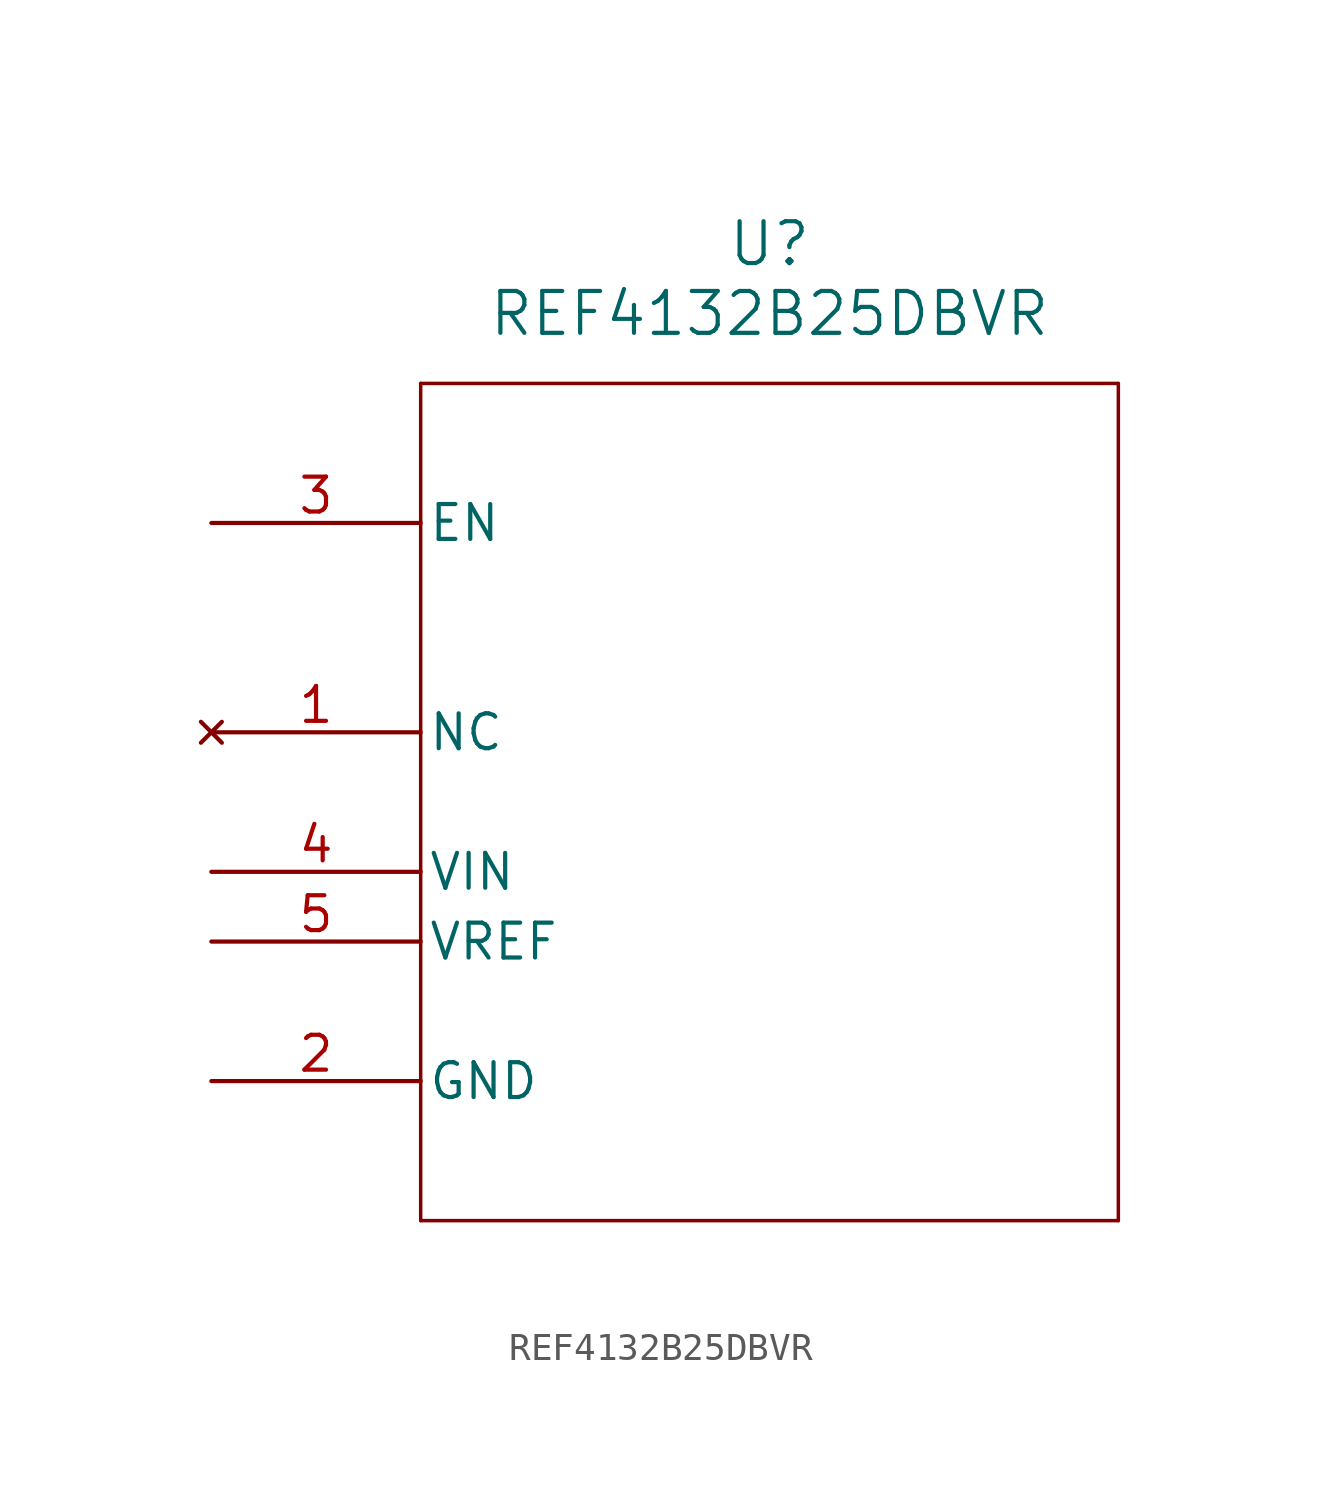
<source format=kicad_sym>
(kicad_symbol_lib
  (version 20211014)
  (generator kicad_symbol_editor)
  (symbol "REF4132B25DBVR"
    (pin_names
      (offset 0.254))
    (property "Reference" "U"
      (at 20.32 10.16 0)
      (effects (font (size 1.524 1.524))))
    (property "Value" "REF4132B25DBVR"
      (at 20.32 7.62 0)
      (effects (font (size 1.524 1.524))))
    (symbol "REF4132B25DBVR_0_1"
      (polyline (pts (xy 7.62 5.08) (xy 7.62 -25.4)) (stroke (width 0.127) (type default) (color 0 0 0 0)) (fill (type none)))
      (polyline (pts (xy 7.62 -25.4) (xy 33.02 -25.4)) (stroke (width 0.127) (type default) (color 0 0 0 0)) (fill (type none)))
      (polyline (pts (xy 33.02 -25.4) (xy 33.02 5.08)) (stroke (width 0.127) (type default) (color 0 0 0 0)) (fill (type none)))
      (polyline (pts (xy 33.02 5.08) (xy 7.62 5.08)) (stroke (width 0.127) (type default) (color 0 0 0 0)) (fill (type none)))
      (pin no_connect line (at 0 -7.62 0) (length 7.62) (name "NC" (effects (font (size 1.27 1.27)))) (number "1" (effects (font (size 1.27 1.27)))))
      (pin power_out line (at 0 -20.32 0) (length 7.62) (name "GND" (effects (font (size 1.27 1.27)))) (number "2" (effects (font (size 1.27 1.27)))))
      (pin input line (at 0 0 0) (length 7.62) (name "EN" (effects (font (size 1.27 1.27)))) (number "3" (effects (font (size 1.27 1.27)))))
      (pin power_in line (at 0 -12.7 0) (length 7.62) (name "VIN" (effects (font (size 1.27 1.27)))) (number "4" (effects (font (size 1.27 1.27)))))
      (pin output line (at 0 -15.24 0) (length 7.62) (name "VREF" (effects (font (size 1.27 1.27)))) (number "5" (effects (font (size 1.27 1.27))))))))
</source>
